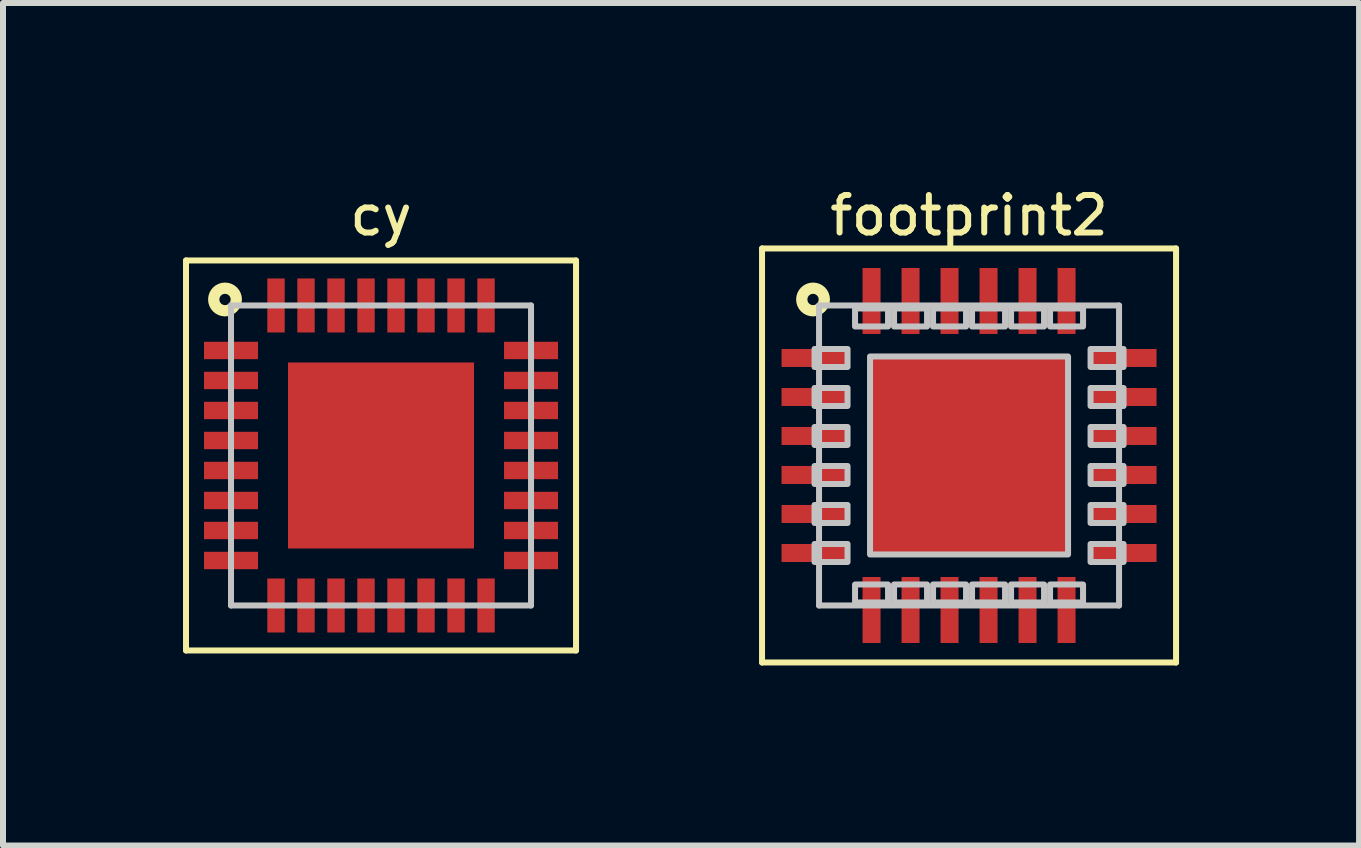
<source format=kicad_pcb>
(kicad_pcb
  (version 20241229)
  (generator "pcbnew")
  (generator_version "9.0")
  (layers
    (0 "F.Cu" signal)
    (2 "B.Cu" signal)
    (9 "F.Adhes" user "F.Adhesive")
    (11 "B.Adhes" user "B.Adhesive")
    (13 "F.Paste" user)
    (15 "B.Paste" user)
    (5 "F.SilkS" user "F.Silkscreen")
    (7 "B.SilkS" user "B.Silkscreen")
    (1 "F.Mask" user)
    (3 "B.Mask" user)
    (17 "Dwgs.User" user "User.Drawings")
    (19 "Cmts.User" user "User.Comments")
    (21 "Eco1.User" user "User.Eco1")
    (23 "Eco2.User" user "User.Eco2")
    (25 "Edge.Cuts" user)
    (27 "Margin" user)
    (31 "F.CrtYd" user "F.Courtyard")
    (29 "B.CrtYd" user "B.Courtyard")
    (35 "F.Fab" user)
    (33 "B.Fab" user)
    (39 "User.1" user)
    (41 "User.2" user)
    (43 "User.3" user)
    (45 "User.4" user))
  (footprint "cy"
    (layer "F.Cu")
    (at 3.3 4.541)
    (property "Reference" "cy" (at 0 -4 0) (layer "F.SilkS") (effects (font (size 0.625 0.625) (thickness 0.1))))
    (attr through_hole)
    (fp_line (start -3.25 -3.25) (end -3.25 3.25) (stroke (width 0.1) (type solid)) (layer "F.SilkS"))
    (fp_line (start -3.25 3.25) (end 3.25 3.25) (stroke (width 0.1) (type solid)) (layer "F.SilkS"))
    (fp_line (start 3.25 -3.25) (end -3.25 -3.25) (stroke (width 0.1) (type solid)) (layer "F.SilkS"))
    (fp_line (start 3.25 3.25) (end 3.25 -3.25) (stroke (width 0.1) (type solid)) (layer "F.SilkS"))
    (fp_circle (center -2.6 -2.6) (end -2.467 -2.467) (stroke (width 0.188) (type solid)) (fill no) (layer "F.SilkS"))
    (fp_poly (pts (xy -2.925 -1.87) (xy -2.925 -1.63) (xy -2.075 -1.63) (xy -2.075 -1.87) (xy -2.925 -1.87)) (stroke (width 0) (type solid)) (fill yes) (layer "F.Paste"))
    (fp_poly (pts (xy -2.925 -1.37) (xy -2.925 -1.13) (xy -2.075 -1.13) (xy -2.075 -1.37) (xy -2.925 -1.37)) (stroke (width 0) (type solid)) (fill yes) (layer "F.Paste"))
    (fp_poly (pts (xy -2.925 -0.87) (xy -2.925 -0.63) (xy -2.075 -0.63) (xy -2.075 -0.87) (xy -2.925 -0.87)) (stroke (width 0) (type solid)) (fill yes) (layer "F.Paste"))
    (fp_poly (pts (xy -2.925 -0.37) (xy -2.925 -0.13) (xy -2.075 -0.13) (xy -2.075 -0.37) (xy -2.925 -0.37)) (stroke (width 0) (type solid)) (fill yes) (layer "F.Paste"))
    (fp_poly (pts (xy -2.925 0.13) (xy -2.925 0.37) (xy -2.075 0.37) (xy -2.075 0.13) (xy -2.925 0.13)) (stroke (width 0) (type solid)) (fill yes) (layer "F.Paste"))
    (fp_poly (pts (xy -2.925 0.63) (xy -2.925 0.87) (xy -2.075 0.87) (xy -2.075 0.63) (xy -2.925 0.63)) (stroke (width 0) (type solid)) (fill yes) (layer "F.Paste"))
    (fp_poly (pts (xy -2.925 1.13) (xy -2.925 1.37) (xy -2.075 1.37) (xy -2.075 1.13) (xy -2.925 1.13)) (stroke (width 0) (type solid)) (fill yes) (layer "F.Paste"))
    (fp_poly (pts (xy -2.925 1.63) (xy -2.925 1.87) (xy -2.075 1.87) (xy -2.075 1.63) (xy -2.925 1.63)) (stroke (width 0) (type solid)) (fill yes) (layer "F.Paste"))
    (fp_poly (pts (xy -1.87 -2.925) (xy -1.87 -2.075) (xy -1.63 -2.075) (xy -1.63 -2.925) (xy -1.87 -2.925)) (stroke (width 0) (type solid)) (fill yes) (layer "F.Paste"))
    (fp_poly (pts (xy -1.87 2.075) (xy -1.87 2.925) (xy -1.63 2.925) (xy -1.63 2.075) (xy -1.87 2.075)) (stroke (width 0) (type solid)) (fill yes) (layer "F.Paste"))
    (fp_poly (pts (xy -1.37 -2.925) (xy -1.37 -2.075) (xy -1.13 -2.075) (xy -1.13 -2.925) (xy -1.37 -2.925)) (stroke (width 0) (type solid)) (fill yes) (layer "F.Paste"))
    (fp_poly (pts (xy -1.37 2.075) (xy -1.37 2.925) (xy -1.13 2.925) (xy -1.13 2.075) (xy -1.37 2.075)) (stroke (width 0) (type solid)) (fill yes) (layer "F.Paste"))
    (fp_poly (pts (xy -0.9 -0.9) (xy -0.9 -0.2) (xy -0.2 -0.2) (xy -0.2 -0.9) (xy -0.9 -0.9)) (stroke (width 0) (type solid)) (fill yes) (layer "F.Paste"))
    (fp_poly (pts (xy -0.9 0.2) (xy -0.9 0.9) (xy -0.2 0.9) (xy -0.2 0.2) (xy -0.9 0.2)) (stroke (width 0) (type solid)) (fill yes) (layer "F.Paste"))
    (fp_poly (pts (xy -0.87 -2.925) (xy -0.87 -2.075) (xy -0.63 -2.075) (xy -0.63 -2.925) (xy -0.87 -2.925)) (stroke (width 0) (type solid)) (fill yes) (layer "F.Paste"))
    (fp_poly (pts (xy -0.87 2.075) (xy -0.87 2.925) (xy -0.63 2.925) (xy -0.63 2.075) (xy -0.87 2.075)) (stroke (width 0) (type solid)) (fill yes) (layer "F.Paste"))
    (fp_poly (pts (xy -0.37 -2.925) (xy -0.37 -2.075) (xy -0.13 -2.075) (xy -0.13 -2.925) (xy -0.37 -2.925)) (stroke (width 0) (type solid)) (fill yes) (layer "F.Paste"))
    (fp_poly (pts (xy -0.37 2.075) (xy -0.37 2.925) (xy -0.13 2.925) (xy -0.13 2.075) (xy -0.37 2.075)) (stroke (width 0) (type solid)) (fill yes) (layer "F.Paste"))
    (fp_poly (pts (xy 0.13 -2.925) (xy 0.13 -2.075) (xy 0.37 -2.075) (xy 0.37 -2.925) (xy 0.13 -2.925)) (stroke (width 0) (type solid)) (fill yes) (layer "F.Paste"))
    (fp_poly (pts (xy 0.13 2.075) (xy 0.13 2.925) (xy 0.37 2.925) (xy 0.37 2.075) (xy 0.13 2.075)) (stroke (width 0) (type solid)) (fill yes) (layer "F.Paste"))
    (fp_poly (pts (xy 0.2 -0.9) (xy 0.2 -0.2) (xy 0.9 -0.2) (xy 0.9 -0.9) (xy 0.2 -0.9)) (stroke (width 0) (type solid)) (fill yes) (layer "F.Paste"))
    (fp_poly (pts (xy 0.2 0.2) (xy 0.2 0.9) (xy 0.9 0.9) (xy 0.9 0.2) (xy 0.2 0.2)) (stroke (width 0) (type solid)) (fill yes) (layer "F.Paste"))
    (fp_poly (pts (xy 0.63 -2.925) (xy 0.63 -2.075) (xy 0.87 -2.075) (xy 0.87 -2.925) (xy 0.63 -2.925)) (stroke (width 0) (type solid)) (fill yes) (layer "F.Paste"))
    (fp_poly (pts (xy 0.63 2.075) (xy 0.63 2.925) (xy 0.87 2.925) (xy 0.87 2.075) (xy 0.63 2.075)) (stroke (width 0) (type solid)) (fill yes) (layer "F.Paste"))
    (fp_poly (pts (xy 1.13 -2.925) (xy 1.13 -2.075) (xy 1.37 -2.075) (xy 1.37 -2.925) (xy 1.13 -2.925)) (stroke (width 0) (type solid)) (fill yes) (layer "F.Paste"))
    (fp_poly (pts (xy 1.13 2.075) (xy 1.13 2.925) (xy 1.37 2.925) (xy 1.37 2.075) (xy 1.13 2.075)) (stroke (width 0) (type solid)) (fill yes) (layer "F.Paste"))
    (fp_poly (pts (xy 1.63 -2.925) (xy 1.63 -2.075) (xy 1.87 -2.075) (xy 1.87 -2.925) (xy 1.63 -2.925)) (stroke (width 0) (type solid)) (fill yes) (layer "F.Paste"))
    (fp_poly (pts (xy 1.63 2.075) (xy 1.63 2.925) (xy 1.87 2.925) (xy 1.87 2.075) (xy 1.63 2.075)) (stroke (width 0) (type solid)) (fill yes) (layer "F.Paste"))
    (fp_poly (pts (xy 2.075 -1.87) (xy 2.075 -1.63) (xy 2.925 -1.63) (xy 2.925 -1.87) (xy 2.075 -1.87)) (stroke (width 0) (type solid)) (fill yes) (layer "F.Paste"))
    (fp_poly (pts (xy 2.075 -1.37) (xy 2.075 -1.13) (xy 2.925 -1.13) (xy 2.925 -1.37) (xy 2.075 -1.37)) (stroke (width 0) (type solid)) (fill yes) (layer "F.Paste"))
    (fp_poly (pts (xy 2.075 -0.87) (xy 2.075 -0.63) (xy 2.925 -0.63) (xy 2.925 -0.87) (xy 2.075 -0.87)) (stroke (width 0) (type solid)) (fill yes) (layer "F.Paste"))
    (fp_poly (pts (xy 2.075 -0.37) (xy 2.075 -0.13) (xy 2.925 -0.13) (xy 2.925 -0.37) (xy 2.075 -0.37)) (stroke (width 0) (type solid)) (fill yes) (layer "F.Paste"))
    (fp_poly (pts (xy 2.075 0.13) (xy 2.075 0.37) (xy 2.925 0.37) (xy 2.925 0.13) (xy 2.075 0.13)) (stroke (width 0) (type solid)) (fill yes) (layer "F.Paste"))
    (fp_poly (pts (xy 2.075 0.63) (xy 2.075 0.87) (xy 2.925 0.87) (xy 2.925 0.63) (xy 2.075 0.63)) (stroke (width 0) (type solid)) (fill yes) (layer "F.Paste"))
    (fp_poly (pts (xy 2.075 1.13) (xy 2.075 1.37) (xy 2.925 1.37) (xy 2.925 1.13) (xy 2.075 1.13)) (stroke (width 0) (type solid)) (fill yes) (layer "F.Paste"))
    (fp_poly (pts (xy 2.075 1.63) (xy 2.075 1.87) (xy 2.925 1.87) (xy 2.925 1.63) (xy 2.075 1.63)) (stroke (width 0) (type solid)) (fill yes) (layer "F.Paste"))
    (fp_line (start -2.5 -2.5) (end -2.5 2.5) (stroke (width 0.1) (type solid)) (layer "Dwgs.User"))
    (fp_line (start -2.5 2.5) (end 2.5 2.5) (stroke (width 0.1) (type solid)) (layer "Dwgs.User"))
    (fp_line (start 2.5 -2.5) (end -2.5 -2.5) (stroke (width 0.1) (type solid)) (layer "Dwgs.User"))
    (fp_line (start 2.5 2.5) (end 2.5 -2.5) (stroke (width 0.1) (type solid)) (layer "Dwgs.User"))
    (pad "0" smd rect (at 0 0) (size 3.1 3.1) (layers "F.Cu" "F.Mask"))
    (pad "1" smd rect (at -2.5 -1.75 180) (size 0.9 0.29) (layers "F.Cu" "F.Mask"))
    (pad "2" smd rect (at -2.5 -1.25 180) (size 0.9 0.29) (layers "F.Cu" "F.Mask"))
    (pad "3" smd rect (at -2.5 -0.75 180) (size 0.9 0.29) (layers "F.Cu" "F.Mask"))
    (pad "4" smd rect (at -2.5 -0.25 180) (size 0.9 0.29) (layers "F.Cu" "F.Mask"))
    (pad "5" smd rect (at -2.5 0.25 180) (size 0.9 0.29) (layers "F.Cu" "F.Mask"))
    (pad "6" smd rect (at -2.5 0.75 180) (size 0.9 0.29) (layers "F.Cu" "F.Mask"))
    (pad "7" smd rect (at -2.5 1.25 180) (size 0.9 0.29) (layers "F.Cu" "F.Mask"))
    (pad "8" smd rect (at -2.5 1.75 180) (size 0.9 0.29) (layers "F.Cu" "F.Mask"))
    (pad "9" smd rect (at -1.75 2.5 90) (size 0.9 0.29) (layers "F.Cu" "F.Mask"))
    (pad "10" smd rect (at -1.25 2.5 90) (size 0.9 0.29) (layers "F.Cu" "F.Mask"))
    (pad "11" smd rect (at -0.75 2.5 90) (size 0.9 0.29) (layers "F.Cu" "F.Mask"))
    (pad "12" smd rect (at -0.25 2.5 90) (size 0.9 0.29) (layers "F.Cu" "F.Mask"))
    (pad "13" smd rect (at 0.25 2.5 90) (size 0.9 0.29) (layers "F.Cu" "F.Mask"))
    (pad "14" smd rect (at 0.75 2.5 90) (size 0.9 0.29) (layers "F.Cu" "F.Mask"))
    (pad "15" smd rect (at 1.25 2.5 90) (size 0.9 0.29) (layers "F.Cu" "F.Mask"))
    (pad "16" smd rect (at 1.75 2.5 90) (size 0.9 0.29) (layers "F.Cu" "F.Mask"))
    (pad "17" smd rect (at 2.5 1.75) (size 0.9 0.29) (layers "F.Cu" "F.Mask"))
    (pad "18" smd rect (at 2.5 1.25) (size 0.9 0.29) (layers "F.Cu" "F.Mask"))
    (pad "19" smd rect (at 2.5 0.75) (size 0.9 0.29) (layers "F.Cu" "F.Mask"))
    (pad "20" smd rect (at 2.5 0.25) (size 0.9 0.29) (layers "F.Cu" "F.Mask"))
    (pad "21" smd rect (at 2.5 -0.25) (size 0.9 0.29) (layers "F.Cu" "F.Mask"))
    (pad "22" smd rect (at 2.5 -0.75) (size 0.9 0.29) (layers "F.Cu" "F.Mask"))
    (pad "23" smd rect (at 2.5 -1.25) (size 0.9 0.29) (layers "F.Cu" "F.Mask"))
    (pad "24" smd rect (at 2.5 -1.75) (size 0.9 0.29) (layers "F.Cu" "F.Mask"))
    (pad "25" smd rect (at 1.75 -2.5 270) (size 0.9 0.29) (layers "F.Cu" "F.Mask"))
    (pad "26" smd rect (at 1.25 -2.5 270) (size 0.9 0.29) (layers "F.Cu" "F.Mask"))
    (pad "27" smd rect (at 0.75 -2.5 270) (size 0.9 0.29) (layers "F.Cu" "F.Mask"))
    (pad "28" smd rect (at 0.25 -2.5 270) (size 0.9 0.29) (layers "F.Cu" "F.Mask"))
    (pad "29" smd rect (at -0.25 -2.5 270) (size 0.9 0.29) (layers "F.Cu" "F.Mask"))
    (pad "30" smd rect (at -0.75 -2.5 270) (size 0.9 0.29) (layers "F.Cu" "F.Mask"))
    (pad "31" smd rect (at -1.25 -2.5 270) (size 0.9 0.29) (layers "F.Cu" "F.Mask"))
    (pad "32" smd rect (at -1.75 -2.5 270) (size 0.9 0.29) (layers "F.Cu" "F.Mask")))
  (footprint "footprint2"
    (layer "F.Cu")
    (at 13.1 4.541)
    (property "Reference" "footprint2" (at 0 -4 0) (layer "F.SilkS") (effects (font (size 0.625 0.625) (thickness 0.1))))
    (attr through_hole)
    (fp_line (start -3.45 -3.45) (end -3.45 3.45) (stroke (width 0.1) (type solid)) (layer "F.SilkS"))
    (fp_line (start -3.45 3.45) (end 3.45 3.45) (stroke (width 0.1) (type solid)) (layer "F.SilkS"))
    (fp_line (start 3.45 -3.45) (end -3.45 -3.45) (stroke (width 0.1) (type solid)) (layer "F.SilkS"))
    (fp_line (start 3.45 3.45) (end 3.45 -3.45) (stroke (width 0.1) (type solid)) (layer "F.SilkS"))
    (fp_circle (center -2.6 -2.6) (end -2.467 -2.467) (stroke (width 0.188) (type solid)) (fill no) (layer "F.SilkS"))
    (fp_line (start -2.5 -2.5) (end -2.5 2.5) (stroke (width 0.1) (type solid)) (layer "Dwgs.User"))
    (fp_line (start -2.5 2.5) (end 2.5 2.5) (stroke (width 0.1) (type solid)) (layer "Dwgs.User"))
    (fp_line (start 2.5 -2.5) (end -2.5 -2.5) (stroke (width 0.1) (type solid)) (layer "Dwgs.User"))
    (fp_line (start 2.5 2.5) (end 2.5 -2.5) (stroke (width 0.1) (type solid)) (layer "Dwgs.User"))
    (fp_poly (pts (xy -2.575 -1.775) (xy -2.575 -1.475) (xy -2.025 -1.475) (xy -2.025 -1.775) (xy -2.575 -1.775)) (stroke (width 0.1) (type solid)) (fill no) (layer "Dwgs.User"))
    (fp_poly (pts (xy -2.575 -1.125) (xy -2.575 -0.825) (xy -2.025 -0.825) (xy -2.025 -1.125) (xy -2.575 -1.125)) (stroke (width 0.1) (type solid)) (fill no) (layer "Dwgs.User"))
    (fp_poly (pts (xy -2.575 -0.475) (xy -2.575 -0.175) (xy -2.025 -0.175) (xy -2.025 -0.475) (xy -2.575 -0.475)) (stroke (width 0.1) (type solid)) (fill no) (layer "Dwgs.User"))
    (fp_poly (pts (xy -2.575 0.175) (xy -2.575 0.475) (xy -2.025 0.475) (xy -2.025 0.175) (xy -2.575 0.175)) (stroke (width 0.1) (type solid)) (fill no) (layer "Dwgs.User"))
    (fp_poly (pts (xy -2.575 0.825) (xy -2.575 1.125) (xy -2.025 1.125) (xy -2.025 0.825) (xy -2.575 0.825)) (stroke (width 0.1) (type solid)) (fill no) (layer "Dwgs.User"))
    (fp_poly (pts (xy -2.575 1.475) (xy -2.575 1.775) (xy -2.025 1.775) (xy -2.025 1.475) (xy -2.575 1.475)) (stroke (width 0.1) (type solid)) (fill no) (layer "Dwgs.User"))
    (fp_poly (pts (xy -1.9 -2.45) (xy -1.9 -2.15) (xy -1.35 -2.15) (xy -1.35 -2.45) (xy -1.9 -2.45)) (stroke (width 0.1) (type solid)) (fill no) (layer "Dwgs.User"))
    (fp_poly (pts (xy -1.9 2.15) (xy -1.9 2.45) (xy -1.35 2.45) (xy -1.35 2.15) (xy -1.9 2.15)) (stroke (width 0.1) (type solid)) (fill no) (layer "Dwgs.User"))
    (fp_poly (pts (xy -1.65 -1.65) (xy -1.65 1.65) (xy 1.65 1.65) (xy 1.65 -1.65) (xy -1.65 -1.65)) (stroke (width 0.1) (type solid)) (fill no) (layer "Dwgs.User"))
    (fp_poly (pts (xy -1.25 -2.45) (xy -1.25 -2.15) (xy -0.7 -2.15) (xy -0.7 -2.45) (xy -1.25 -2.45)) (stroke (width 0.1) (type solid)) (fill no) (layer "Dwgs.User"))
    (fp_poly (pts (xy -1.25 2.15) (xy -1.25 2.45) (xy -0.7 2.45) (xy -0.7 2.15) (xy -1.25 2.15)) (stroke (width 0.1) (type solid)) (fill no) (layer "Dwgs.User"))
    (fp_poly (pts (xy -0.6 -2.45) (xy -0.6 -2.15) (xy -0.05 -2.15) (xy -0.05 -2.45) (xy -0.6 -2.45)) (stroke (width 0.1) (type solid)) (fill no) (layer "Dwgs.User"))
    (fp_poly (pts (xy -0.6 2.15) (xy -0.6 2.45) (xy -0.05 2.45) (xy -0.05 2.15) (xy -0.6 2.15)) (stroke (width 0.1) (type solid)) (fill no) (layer "Dwgs.User"))
    (fp_poly (pts (xy 0.05 -2.45) (xy 0.05 -2.15) (xy 0.6 -2.15) (xy 0.6 -2.45) (xy 0.05 -2.45)) (stroke (width 0.1) (type solid)) (fill no) (layer "Dwgs.User"))
    (fp_poly (pts (xy 0.05 2.15) (xy 0.05 2.45) (xy 0.6 2.45) (xy 0.6 2.15) (xy 0.05 2.15)) (stroke (width 0.1) (type solid)) (fill no) (layer "Dwgs.User"))
    (fp_poly (pts (xy 0.7 -2.45) (xy 0.7 -2.15) (xy 1.25 -2.15) (xy 1.25 -2.45) (xy 0.7 -2.45)) (stroke (width 0.1) (type solid)) (fill no) (layer "Dwgs.User"))
    (fp_poly (pts (xy 0.7 2.15) (xy 0.7 2.45) (xy 1.25 2.45) (xy 1.25 2.15) (xy 0.7 2.15)) (stroke (width 0.1) (type solid)) (fill no) (layer "Dwgs.User"))
    (fp_poly (pts (xy 1.35 -2.45) (xy 1.35 -2.15) (xy 1.9 -2.15) (xy 1.9 -2.45) (xy 1.35 -2.45)) (stroke (width 0.1) (type solid)) (fill no) (layer "Dwgs.User"))
    (fp_poly (pts (xy 1.35 2.15) (xy 1.35 2.45) (xy 1.9 2.45) (xy 1.9 2.15) (xy 1.35 2.15)) (stroke (width 0.1) (type solid)) (fill no) (layer "Dwgs.User"))
    (fp_poly (pts (xy 2.025 -1.775) (xy 2.025 -1.475) (xy 2.575 -1.475) (xy 2.575 -1.775) (xy 2.025 -1.775)) (stroke (width 0.1) (type solid)) (fill no) (layer "Dwgs.User"))
    (fp_poly (pts (xy 2.025 -1.125) (xy 2.025 -0.825) (xy 2.575 -0.825) (xy 2.575 -1.125) (xy 2.025 -1.125)) (stroke (width 0.1) (type solid)) (fill no) (layer "Dwgs.User"))
    (fp_poly (pts (xy 2.025 -0.475) (xy 2.025 -0.175) (xy 2.575 -0.175) (xy 2.575 -0.475) (xy 2.025 -0.475)) (stroke (width 0.1) (type solid)) (fill no) (layer "Dwgs.User"))
    (fp_poly (pts (xy 2.025 0.175) (xy 2.025 0.475) (xy 2.575 0.475) (xy 2.575 0.175) (xy 2.025 0.175)) (stroke (width 0.1) (type solid)) (fill no) (layer "Dwgs.User"))
    (fp_poly (pts (xy 2.025 0.825) (xy 2.025 1.125) (xy 2.575 1.125) (xy 2.575 0.825) (xy 2.025 0.825)) (stroke (width 0.1) (type solid)) (fill no) (layer "Dwgs.User"))
    (fp_poly (pts (xy 2.025 1.475) (xy 2.025 1.775) (xy 2.575 1.775) (xy 2.575 1.475) (xy 2.025 1.475)) (stroke (width 0.1) (type solid)) (fill no) (layer "Dwgs.User"))
    (pad "0" smd rect (at 0 0) (size 3.3 3.3) (layers "F.Cu" "F.Mask" "F.Paste"))
    (pad "1" smd rect (at -2.575 -1.625 180) (size 1.1 0.3) (layers "F.Cu" "F.Mask" "F.Paste"))
    (pad "2" smd rect (at -2.575 -0.975 180) (size 1.1 0.3) (layers "F.Cu" "F.Mask" "F.Paste"))
    (pad "3" smd rect (at -2.575 -0.325 180) (size 1.1 0.3) (layers "F.Cu" "F.Mask" "F.Paste"))
    (pad "4" smd rect (at -2.575 0.325 180) (size 1.1 0.3) (layers "F.Cu" "F.Mask" "F.Paste"))
    (pad "5" smd rect (at -2.575 0.975 180) (size 1.1 0.3) (layers "F.Cu" "F.Mask" "F.Paste"))
    (pad "6" smd rect (at -2.575 1.625 180) (size 1.1 0.3) (layers "F.Cu" "F.Mask" "F.Paste"))
    (pad "7" smd rect (at -1.625 2.575 90) (size 1.1 0.3) (layers "F.Cu" "F.Mask" "F.Paste"))
    (pad "8" smd rect (at -0.975 2.575 90) (size 1.1 0.3) (layers "F.Cu" "F.Mask" "F.Paste"))
    (pad "9" smd rect (at -0.325 2.575 90) (size 1.1 0.3) (layers "F.Cu" "F.Mask" "F.Paste"))
    (pad "10" smd rect (at 0.325 2.575 90) (size 1.1 0.3) (layers "F.Cu" "F.Mask" "F.Paste"))
    (pad "11" smd rect (at 0.975 2.575 90) (size 1.1 0.3) (layers "F.Cu" "F.Mask" "F.Paste"))
    (pad "12" smd rect (at 1.625 2.575 90) (size 1.1 0.3) (layers "F.Cu" "F.Mask" "F.Paste"))
    (pad "13" smd rect (at 2.575 1.625) (size 1.1 0.3) (layers "F.Cu" "F.Mask" "F.Paste"))
    (pad "14" smd rect (at 2.575 0.975) (size 1.1 0.3) (layers "F.Cu" "F.Mask" "F.Paste"))
    (pad "15" smd rect (at 2.575 0.325) (size 1.1 0.3) (layers "F.Cu" "F.Mask" "F.Paste"))
    (pad "16" smd rect (at 2.575 -0.325) (size 1.1 0.3) (layers "F.Cu" "F.Mask" "F.Paste"))
    (pad "17" smd rect (at 2.575 -0.975) (size 1.1 0.3) (layers "F.Cu" "F.Mask" "F.Paste"))
    (pad "18" smd rect (at 2.575 -1.625) (size 1.1 0.3) (layers "F.Cu" "F.Mask" "F.Paste"))
    (pad "19" smd rect (at 1.625 -2.575 270) (size 1.1 0.3) (layers "F.Cu" "F.Mask" "F.Paste"))
    (pad "20" smd rect (at 0.975 -2.575 270) (size 1.1 0.3) (layers "F.Cu" "F.Mask" "F.Paste"))
    (pad "21" smd rect (at 0.325 -2.575 270) (size 1.1 0.3) (layers "F.Cu" "F.Mask" "F.Paste"))
    (pad "22" smd rect (at -0.325 -2.575 270) (size 1.1 0.3) (layers "F.Cu" "F.Mask" "F.Paste"))
    (pad "23" smd rect (at -0.975 -2.575 270) (size 1.1 0.3) (layers "F.Cu" "F.Mask" "F.Paste"))
    (pad "24" smd rect (at -1.625 -2.575 270) (size 1.1 0.3) (layers "F.Cu" "F.Mask" "F.Paste")))
  (gr_rect
    (start -3 -3)
    (end 19.6 11.041)
    (stroke (width 0.1) (type default))
    (fill no)
    (layer "Edge.Cuts")))
</source>
